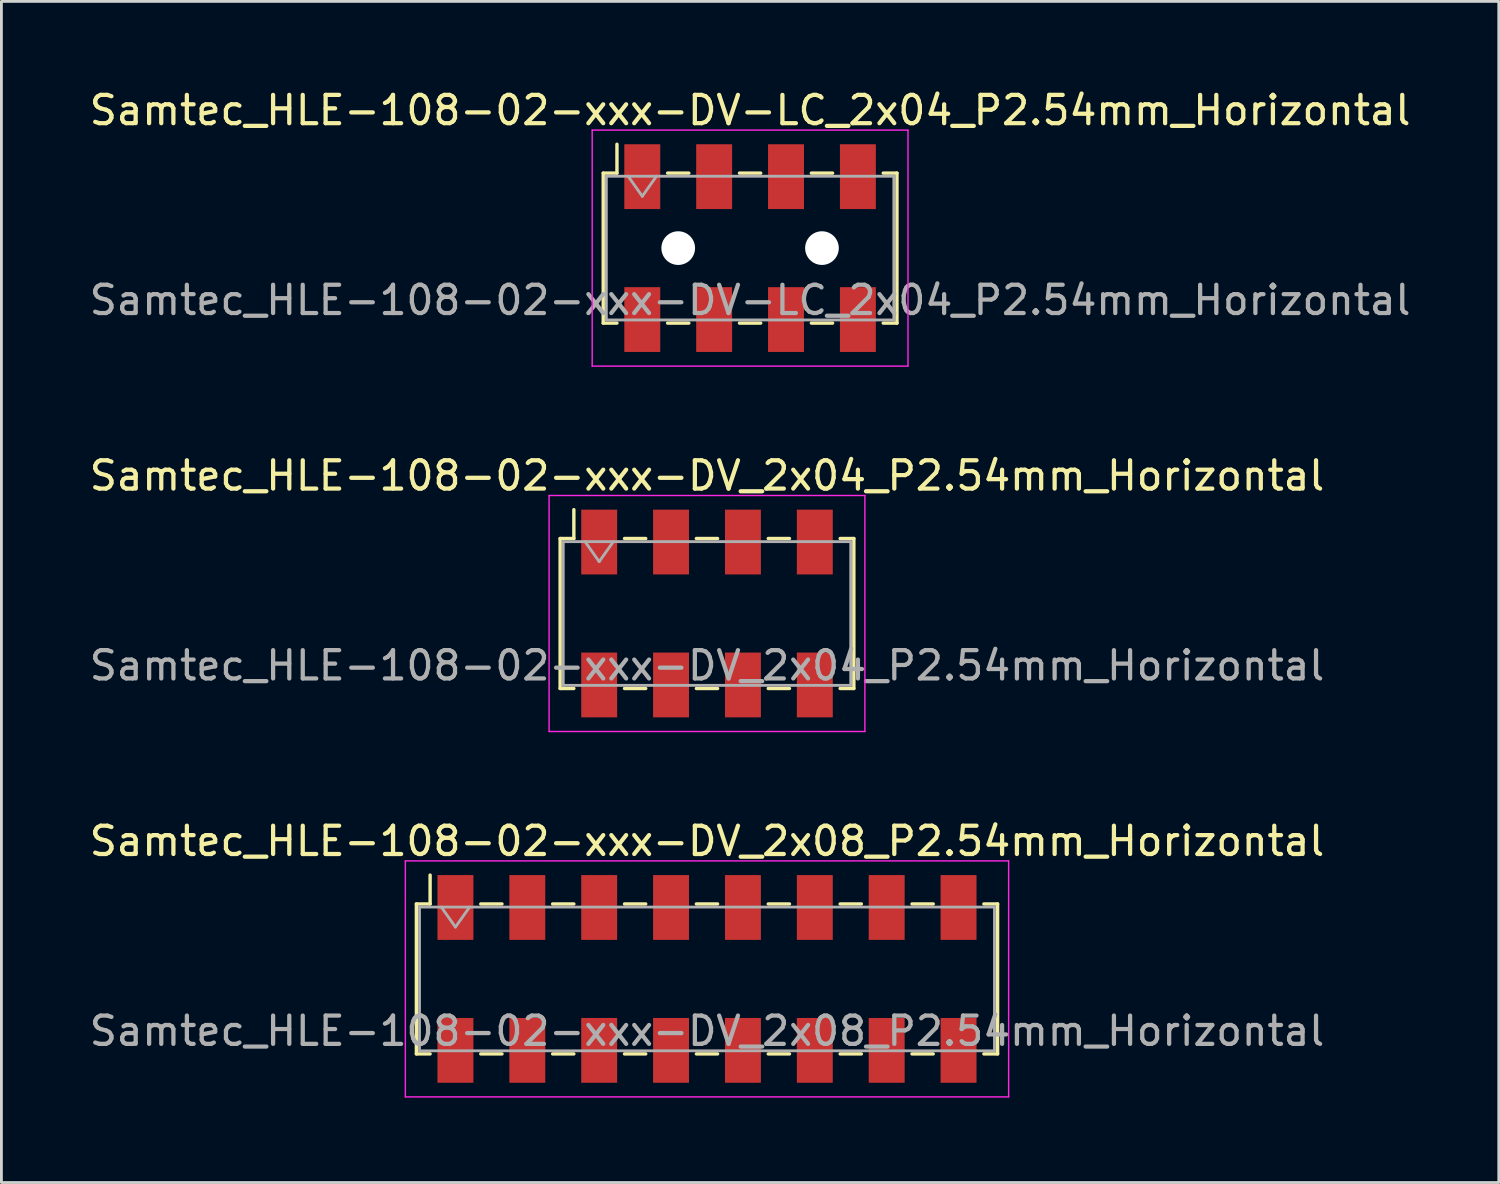
<source format=kicad_pcb>
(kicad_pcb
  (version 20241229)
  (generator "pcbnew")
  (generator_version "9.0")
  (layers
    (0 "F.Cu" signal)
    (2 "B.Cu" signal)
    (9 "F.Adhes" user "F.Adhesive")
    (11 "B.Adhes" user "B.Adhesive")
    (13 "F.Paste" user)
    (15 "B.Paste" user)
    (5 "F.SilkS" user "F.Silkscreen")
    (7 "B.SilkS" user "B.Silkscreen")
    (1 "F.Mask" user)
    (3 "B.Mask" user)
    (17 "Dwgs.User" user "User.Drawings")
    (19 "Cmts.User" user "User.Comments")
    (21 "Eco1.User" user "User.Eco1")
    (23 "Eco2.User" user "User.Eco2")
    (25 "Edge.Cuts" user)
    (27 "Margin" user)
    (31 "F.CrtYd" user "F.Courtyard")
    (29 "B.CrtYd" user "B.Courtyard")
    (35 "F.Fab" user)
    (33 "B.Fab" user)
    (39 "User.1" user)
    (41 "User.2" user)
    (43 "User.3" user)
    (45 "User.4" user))
  (footprint "Samtec_HLE-108-02-xxx-DV_2x08_P2.54mm_Horizontal"
    (layer "F.Cu")
    (at 21.935 31.545)
    (property "Reference" "Samtec_HLE-108-02-xxx-DV_2x08_P2.54mm_Horizontal" (at 0 -4.87 0) (layer "F.SilkS") (effects (font (size 1 1) (thickness 0.15))))
    (attr smd)
    (fp_line (start -10.27 -2.65) (end -10.27 2.65) (stroke (width 0.12) (type solid)) (layer "F.SilkS"))
    (fp_line (start -10.27 2.65) (end -9.785 2.65) (stroke (width 0.12) (type solid)) (layer "F.SilkS"))
    (fp_line (start -9.785 -3.67) (end -9.785 -2.65) (stroke (width 0.12) (type solid)) (layer "F.SilkS"))
    (fp_line (start -9.785 -2.65) (end -10.27 -2.65) (stroke (width 0.12) (type solid)) (layer "F.SilkS"))
    (fp_line (start -7.995 -2.65) (end -7.245 -2.65) (stroke (width 0.12) (type solid)) (layer "F.SilkS"))
    (fp_line (start -7.995 2.65) (end -7.245 2.65) (stroke (width 0.12) (type solid)) (layer "F.SilkS"))
    (fp_line (start -5.455 -2.65) (end -4.705 -2.65) (stroke (width 0.12) (type solid)) (layer "F.SilkS"))
    (fp_line (start -5.455 2.65) (end -4.705 2.65) (stroke (width 0.12) (type solid)) (layer "F.SilkS"))
    (fp_line (start -2.915 -2.65) (end -2.165 -2.65) (stroke (width 0.12) (type solid)) (layer "F.SilkS"))
    (fp_line (start -2.915 2.65) (end -2.165 2.65) (stroke (width 0.12) (type solid)) (layer "F.SilkS"))
    (fp_line (start -0.375 -2.65) (end 0.375 -2.65) (stroke (width 0.12) (type solid)) (layer "F.SilkS"))
    (fp_line (start -0.375 2.65) (end 0.375 2.65) (stroke (width 0.12) (type solid)) (layer "F.SilkS"))
    (fp_line (start 2.165 -2.65) (end 2.915 -2.65) (stroke (width 0.12) (type solid)) (layer "F.SilkS"))
    (fp_line (start 2.165 2.65) (end 2.915 2.65) (stroke (width 0.12) (type solid)) (layer "F.SilkS"))
    (fp_line (start 4.705 -2.65) (end 5.455 -2.65) (stroke (width 0.12) (type solid)) (layer "F.SilkS"))
    (fp_line (start 4.705 2.65) (end 5.455 2.65) (stroke (width 0.12) (type solid)) (layer "F.SilkS"))
    (fp_line (start 7.245 -2.65) (end 7.995 -2.65) (stroke (width 0.12) (type solid)) (layer "F.SilkS"))
    (fp_line (start 7.245 2.65) (end 7.995 2.65) (stroke (width 0.12) (type solid)) (layer "F.SilkS"))
    (fp_line (start 9.785 -2.65) (end 10.27 -2.65) (stroke (width 0.12) (type solid)) (layer "F.SilkS"))
    (fp_line (start 10.27 -2.65) (end 10.27 2.65) (stroke (width 0.12) (type solid)) (layer "F.SilkS"))
    (fp_line (start 10.27 2.65) (end 9.785 2.65) (stroke (width 0.12) (type solid)) (layer "F.SilkS"))
    (fp_line (start -10.66 -4.17) (end 10.66 -4.17) (stroke (width 0.05) (type solid)) (layer "F.CrtYd"))
    (fp_line (start -10.66 4.17) (end -10.66 -4.17) (stroke (width 0.05) (type solid)) (layer "F.CrtYd"))
    (fp_line (start 10.66 -4.17) (end 10.66 4.17) (stroke (width 0.05) (type solid)) (layer "F.CrtYd"))
    (fp_line (start 10.66 4.17) (end -10.66 4.17) (stroke (width 0.05) (type solid)) (layer "F.CrtYd"))
    (fp_line (start -10.16 -2.54) (end 10.16 -2.54) (stroke (width 0.1) (type solid)) (layer "F.Fab"))
    (fp_line (start -10.16 2.54) (end -10.16 -2.54) (stroke (width 0.1) (type solid)) (layer "F.Fab"))
    (fp_line (start -9.39 -2.54) (end -8.89 -1.833) (stroke (width 0.1) (type solid)) (layer "F.Fab"))
    (fp_line (start -8.89 -1.833) (end -8.39 -2.54) (stroke (width 0.1) (type solid)) (layer "F.Fab"))
    (fp_line (start 10.16 -2.54) (end 10.16 2.54) (stroke (width 0.1) (type solid)) (layer "F.Fab"))
    (fp_line (start 10.16 2.54) (end -10.16 2.54) (stroke (width 0.1) (type solid)) (layer "F.Fab"))
    (fp_text user "${REFERENCE}" (at 0 1.84 0) (layer "F.Fab") (effects (font (size 1 1) (thickness 0.15))))
    (pad "1" smd rect (at -8.89 -2.525) (size 1.27 2.29) (layers "F.Cu" "F.Mask" "F.Paste"))
    (pad "2" smd rect (at -8.89 2.525) (size 1.27 2.29) (layers "F.Cu" "F.Mask" "F.Paste"))
    (pad "3" smd rect (at -6.35 -2.525) (size 1.27 2.29) (layers "F.Cu" "F.Mask" "F.Paste"))
    (pad "4" smd rect (at -6.35 2.525) (size 1.27 2.29) (layers "F.Cu" "F.Mask" "F.Paste"))
    (pad "5" smd rect (at -3.81 -2.525) (size 1.27 2.29) (layers "F.Cu" "F.Mask" "F.Paste"))
    (pad "6" smd rect (at -3.81 2.525) (size 1.27 2.29) (layers "F.Cu" "F.Mask" "F.Paste"))
    (pad "7" smd rect (at -1.27 -2.525) (size 1.27 2.29) (layers "F.Cu" "F.Mask" "F.Paste"))
    (pad "8" smd rect (at -1.27 2.525) (size 1.27 2.29) (layers "F.Cu" "F.Mask" "F.Paste"))
    (pad "9" smd rect (at 1.27 -2.525) (size 1.27 2.29) (layers "F.Cu" "F.Mask" "F.Paste"))
    (pad "10" smd rect (at 1.27 2.525) (size 1.27 2.29) (layers "F.Cu" "F.Mask" "F.Paste"))
    (pad "11" smd rect (at 3.81 -2.525) (size 1.27 2.29) (layers "F.Cu" "F.Mask" "F.Paste"))
    (pad "12" smd rect (at 3.81 2.525) (size 1.27 2.29) (layers "F.Cu" "F.Mask" "F.Paste"))
    (pad "13" smd rect (at 6.35 -2.525) (size 1.27 2.29) (layers "F.Cu" "F.Mask" "F.Paste"))
    (pad "14" smd rect (at 6.35 2.525) (size 1.27 2.29) (layers "F.Cu" "F.Mask" "F.Paste"))
    (pad "15" smd rect (at 8.89 -2.525) (size 1.27 2.29) (layers "F.Cu" "F.Mask" "F.Paste"))
    (pad "16" smd rect (at 8.89 2.525) (size 1.27 2.29) (layers "F.Cu" "F.Mask" "F.Paste")))
  (footprint "Samtec_HLE-108-02-xxx-DV_2x04_P2.54mm_Horizontal"
    (layer "F.Cu")
    (at 21.935 18.631)
    (property "Reference" "Samtec_HLE-108-02-xxx-DV_2x04_P2.54mm_Horizontal" (at 0 -4.87 0) (layer "F.SilkS") (effects (font (size 1 1) (thickness 0.15))))
    (attr smd)
    (fp_line (start -5.19 -2.65) (end -5.19 2.65) (stroke (width 0.12) (type solid)) (layer "F.SilkS"))
    (fp_line (start -5.19 2.65) (end -4.705 2.65) (stroke (width 0.12) (type solid)) (layer "F.SilkS"))
    (fp_line (start -4.705 -3.67) (end -4.705 -2.65) (stroke (width 0.12) (type solid)) (layer "F.SilkS"))
    (fp_line (start -4.705 -2.65) (end -5.19 -2.65) (stroke (width 0.12) (type solid)) (layer "F.SilkS"))
    (fp_line (start -2.915 -2.65) (end -2.165 -2.65) (stroke (width 0.12) (type solid)) (layer "F.SilkS"))
    (fp_line (start -2.915 2.65) (end -2.165 2.65) (stroke (width 0.12) (type solid)) (layer "F.SilkS"))
    (fp_line (start -0.375 -2.65) (end 0.375 -2.65) (stroke (width 0.12) (type solid)) (layer "F.SilkS"))
    (fp_line (start -0.375 2.65) (end 0.375 2.65) (stroke (width 0.12) (type solid)) (layer "F.SilkS"))
    (fp_line (start 2.165 -2.65) (end 2.915 -2.65) (stroke (width 0.12) (type solid)) (layer "F.SilkS"))
    (fp_line (start 2.165 2.65) (end 2.915 2.65) (stroke (width 0.12) (type solid)) (layer "F.SilkS"))
    (fp_line (start 4.705 -2.65) (end 5.19 -2.65) (stroke (width 0.12) (type solid)) (layer "F.SilkS"))
    (fp_line (start 5.19 -2.65) (end 5.19 2.65) (stroke (width 0.12) (type solid)) (layer "F.SilkS"))
    (fp_line (start 5.19 2.65) (end 4.705 2.65) (stroke (width 0.12) (type solid)) (layer "F.SilkS"))
    (fp_line (start -5.58 -4.17) (end 5.58 -4.17) (stroke (width 0.05) (type solid)) (layer "F.CrtYd"))
    (fp_line (start -5.58 4.17) (end -5.58 -4.17) (stroke (width 0.05) (type solid)) (layer "F.CrtYd"))
    (fp_line (start 5.58 -4.17) (end 5.58 4.17) (stroke (width 0.05) (type solid)) (layer "F.CrtYd"))
    (fp_line (start 5.58 4.17) (end -5.58 4.17) (stroke (width 0.05) (type solid)) (layer "F.CrtYd"))
    (fp_line (start -5.08 -2.54) (end 5.08 -2.54) (stroke (width 0.1) (type solid)) (layer "F.Fab"))
    (fp_line (start -5.08 2.54) (end -5.08 -2.54) (stroke (width 0.1) (type solid)) (layer "F.Fab"))
    (fp_line (start -4.31 -2.54) (end -3.81 -1.833) (stroke (width 0.1) (type solid)) (layer "F.Fab"))
    (fp_line (start -3.81 -1.833) (end -3.31 -2.54) (stroke (width 0.1) (type solid)) (layer "F.Fab"))
    (fp_line (start 5.08 -2.54) (end 5.08 2.54) (stroke (width 0.1) (type solid)) (layer "F.Fab"))
    (fp_line (start 5.08 2.54) (end -5.08 2.54) (stroke (width 0.1) (type solid)) (layer "F.Fab"))
    (fp_text user "${REFERENCE}" (at 0 1.84 0) (layer "F.Fab") (effects (font (size 1 1) (thickness 0.15))))
    (pad "1" smd rect (at -3.81 -2.525) (size 1.27 2.29) (layers "F.Cu" "F.Mask" "F.Paste"))
    (pad "2" smd rect (at -3.81 2.525) (size 1.27 2.29) (layers "F.Cu" "F.Mask" "F.Paste"))
    (pad "3" smd rect (at -1.27 -2.525) (size 1.27 2.29) (layers "F.Cu" "F.Mask" "F.Paste"))
    (pad "4" smd rect (at -1.27 2.525) (size 1.27 2.29) (layers "F.Cu" "F.Mask" "F.Paste"))
    (pad "5" smd rect (at 1.27 -2.525) (size 1.27 2.29) (layers "F.Cu" "F.Mask" "F.Paste"))
    (pad "6" smd rect (at 1.27 2.525) (size 1.27 2.29) (layers "F.Cu" "F.Mask" "F.Paste"))
    (pad "7" smd rect (at 3.81 -2.525) (size 1.27 2.29) (layers "F.Cu" "F.Mask" "F.Paste"))
    (pad "8" smd rect (at 3.81 2.525) (size 1.27 2.29) (layers "F.Cu" "F.Mask" "F.Paste")))
  (footprint "Samtec_HLE-108-02-xxx-DV-LC_2x04_P2.54mm_Horizontal"
    (layer "F.Cu")
    (at 23.458 5.718)
    (property "Reference" "Samtec_HLE-108-02-xxx-DV-LC_2x04_P2.54mm_Horizontal" (at 0 -4.87 0) (layer "F.SilkS") (effects (font (size 1 1) (thickness 0.15))))
    (attr smd)
    (fp_line (start -5.19 -2.65) (end -5.19 2.65) (stroke (width 0.12) (type solid)) (layer "F.SilkS"))
    (fp_line (start -5.19 2.65) (end -4.705 2.65) (stroke (width 0.12) (type solid)) (layer "F.SilkS"))
    (fp_line (start -4.705 -3.67) (end -4.705 -2.65) (stroke (width 0.12) (type solid)) (layer "F.SilkS"))
    (fp_line (start -4.705 -2.65) (end -5.19 -2.65) (stroke (width 0.12) (type solid)) (layer "F.SilkS"))
    (fp_line (start -2.915 -2.65) (end -2.165 -2.65) (stroke (width 0.12) (type solid)) (layer "F.SilkS"))
    (fp_line (start -2.915 2.65) (end -2.165 2.65) (stroke (width 0.12) (type solid)) (layer "F.SilkS"))
    (fp_line (start -0.375 -2.65) (end 0.375 -2.65) (stroke (width 0.12) (type solid)) (layer "F.SilkS"))
    (fp_line (start -0.375 2.65) (end 0.375 2.65) (stroke (width 0.12) (type solid)) (layer "F.SilkS"))
    (fp_line (start 2.165 -2.65) (end 2.915 -2.65) (stroke (width 0.12) (type solid)) (layer "F.SilkS"))
    (fp_line (start 2.165 2.65) (end 2.915 2.65) (stroke (width 0.12) (type solid)) (layer "F.SilkS"))
    (fp_line (start 4.705 -2.65) (end 5.19 -2.65) (stroke (width 0.12) (type solid)) (layer "F.SilkS"))
    (fp_line (start 5.19 -2.65) (end 5.19 2.65) (stroke (width 0.12) (type solid)) (layer "F.SilkS"))
    (fp_line (start 5.19 2.65) (end 4.705 2.65) (stroke (width 0.12) (type solid)) (layer "F.SilkS"))
    (fp_line (start -5.58 -4.17) (end 5.58 -4.17) (stroke (width 0.05) (type solid)) (layer "F.CrtYd"))
    (fp_line (start -5.58 4.17) (end -5.58 -4.17) (stroke (width 0.05) (type solid)) (layer "F.CrtYd"))
    (fp_line (start 5.58 -4.17) (end 5.58 4.17) (stroke (width 0.05) (type solid)) (layer "F.CrtYd"))
    (fp_line (start 5.58 4.17) (end -5.58 4.17) (stroke (width 0.05) (type solid)) (layer "F.CrtYd"))
    (fp_line (start -5.08 -2.54) (end 5.08 -2.54) (stroke (width 0.1) (type solid)) (layer "F.Fab"))
    (fp_line (start -5.08 2.54) (end -5.08 -2.54) (stroke (width 0.1) (type solid)) (layer "F.Fab"))
    (fp_line (start -4.31 -2.54) (end -3.81 -1.833) (stroke (width 0.1) (type solid)) (layer "F.Fab"))
    (fp_line (start -3.81 -1.833) (end -3.31 -2.54) (stroke (width 0.1) (type solid)) (layer "F.Fab"))
    (fp_line (start 5.08 -2.54) (end 5.08 2.54) (stroke (width 0.1) (type solid)) (layer "F.Fab"))
    (fp_line (start 5.08 2.54) (end -5.08 2.54) (stroke (width 0.1) (type solid)) (layer "F.Fab"))
    (fp_text user "${REFERENCE}" (at 0 1.84 0) (layer "F.Fab") (effects (font (size 1 1) (thickness 0.15))))
    (pad "" np_thru_hole circle (at -2.54 0) (size 1.19 1.19) (drill 1.19) (layers "*.Cu" "*.Mask"))
    (pad "" np_thru_hole circle (at 2.54 0) (size 1.19 1.19) (drill 1.19) (layers "*.Cu" "*.Mask"))
    (pad "1" smd rect (at -3.81 -2.525) (size 1.27 2.29) (layers "F.Cu" "F.Mask" "F.Paste"))
    (pad "2" smd rect (at -3.81 2.525) (size 1.27 2.29) (layers "F.Cu" "F.Mask" "F.Paste"))
    (pad "3" smd rect (at -1.27 -2.525) (size 1.27 2.29) (layers "F.Cu" "F.Mask" "F.Paste"))
    (pad "4" smd rect (at -1.27 2.525) (size 1.27 2.29) (layers "F.Cu" "F.Mask" "F.Paste"))
    (pad "5" smd rect (at 1.27 -2.525) (size 1.27 2.29) (layers "F.Cu" "F.Mask" "F.Paste"))
    (pad "6" smd rect (at 1.27 2.525) (size 1.27 2.29) (layers "F.Cu" "F.Mask" "F.Paste"))
    (pad "7" smd rect (at 3.81 -2.525) (size 1.27 2.29) (layers "F.Cu" "F.Mask" "F.Paste"))
    (pad "8" smd rect (at 3.81 2.525) (size 1.27 2.29) (layers "F.Cu" "F.Mask" "F.Paste")))
  (gr_rect
    (start -3 -3)
    (end 49.917 38.74)
    (stroke (width 0.1) (type default))
    (fill no)
    (layer "Edge.Cuts")))
</source>
